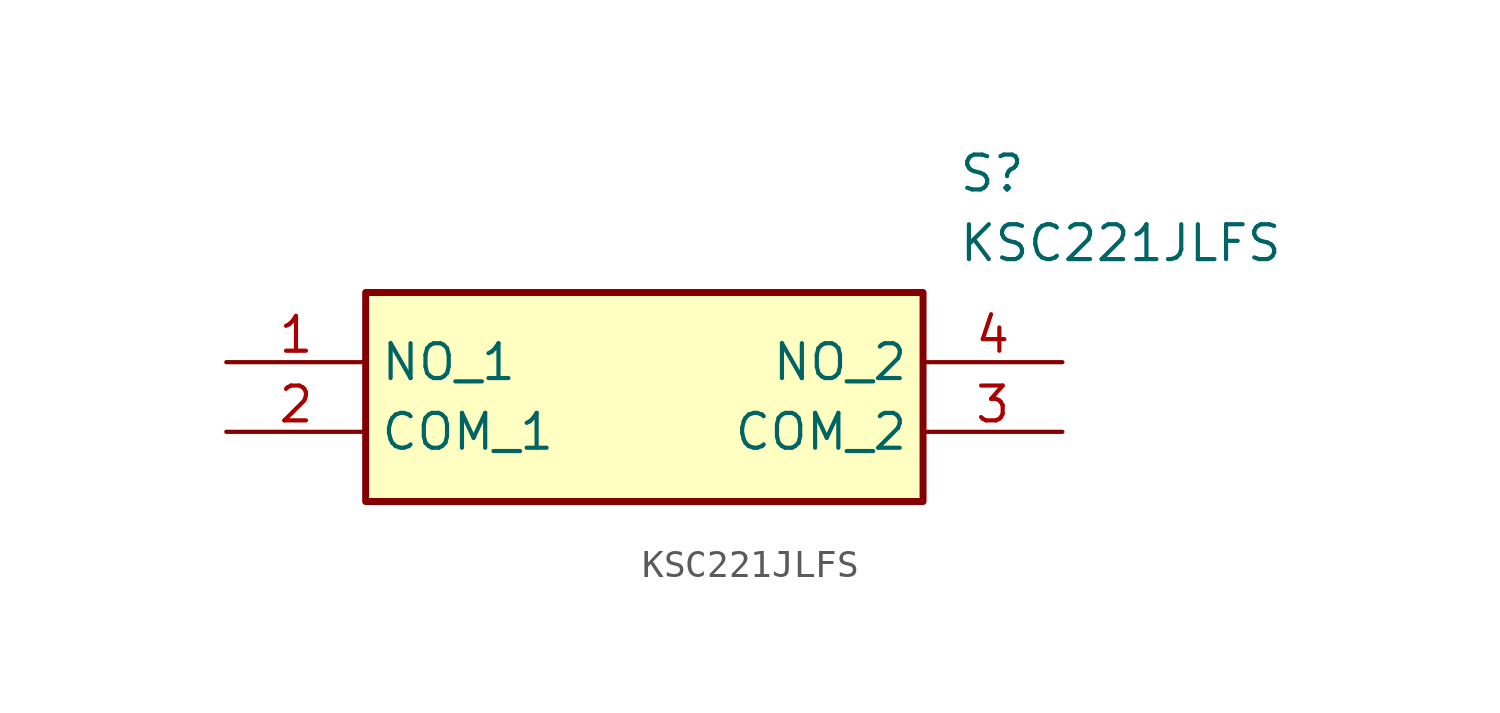
<source format=kicad_sym>
(kicad_symbol_lib
  (version 20211014)
  (generator SamacSys_ECAD_Model)
  (symbol "KSC221JLFS"
    (property "Reference" "S"
      (at 26.67 7.62 0)
      (effects (font (size 1.27 1.27)) (justify left top)))
    (property "Value" "KSC221JLFS"
      (at 26.67 5.08 0)
      (effects (font (size 1.27 1.27)) (justify left top)))
    (rectangle
      (start 5.08 2.54)
      (end 25.4 -5.08)
      (stroke (width 0.254) (type default))
      (fill (type background)))
    (pin passive line
      (at 0 0 0)
      (length 5.08)
      (name "NO_1" (effects (font (size 1.27 1.27))))
      (number "1" (effects (font (size 1.27 1.27)))))
    (pin passive line
      (at 0 -2.54 0)
      (length 5.08)
      (name "COM_1" (effects (font (size 1.27 1.27))))
      (number "2" (effects (font (size 1.27 1.27)))))
    (pin passive line
      (at 30.48 -2.54 180)
      (length 5.08)
      (name "COM_2" (effects (font (size 1.27 1.27))))
      (number "3" (effects (font (size 1.27 1.27)))))
    (pin passive line
      (at 30.48 0 180)
      (length 5.08)
      (name "NO_2" (effects (font (size 1.27 1.27))))
      (number "4" (effects (font (size 1.27 1.27)))))))
</source>
